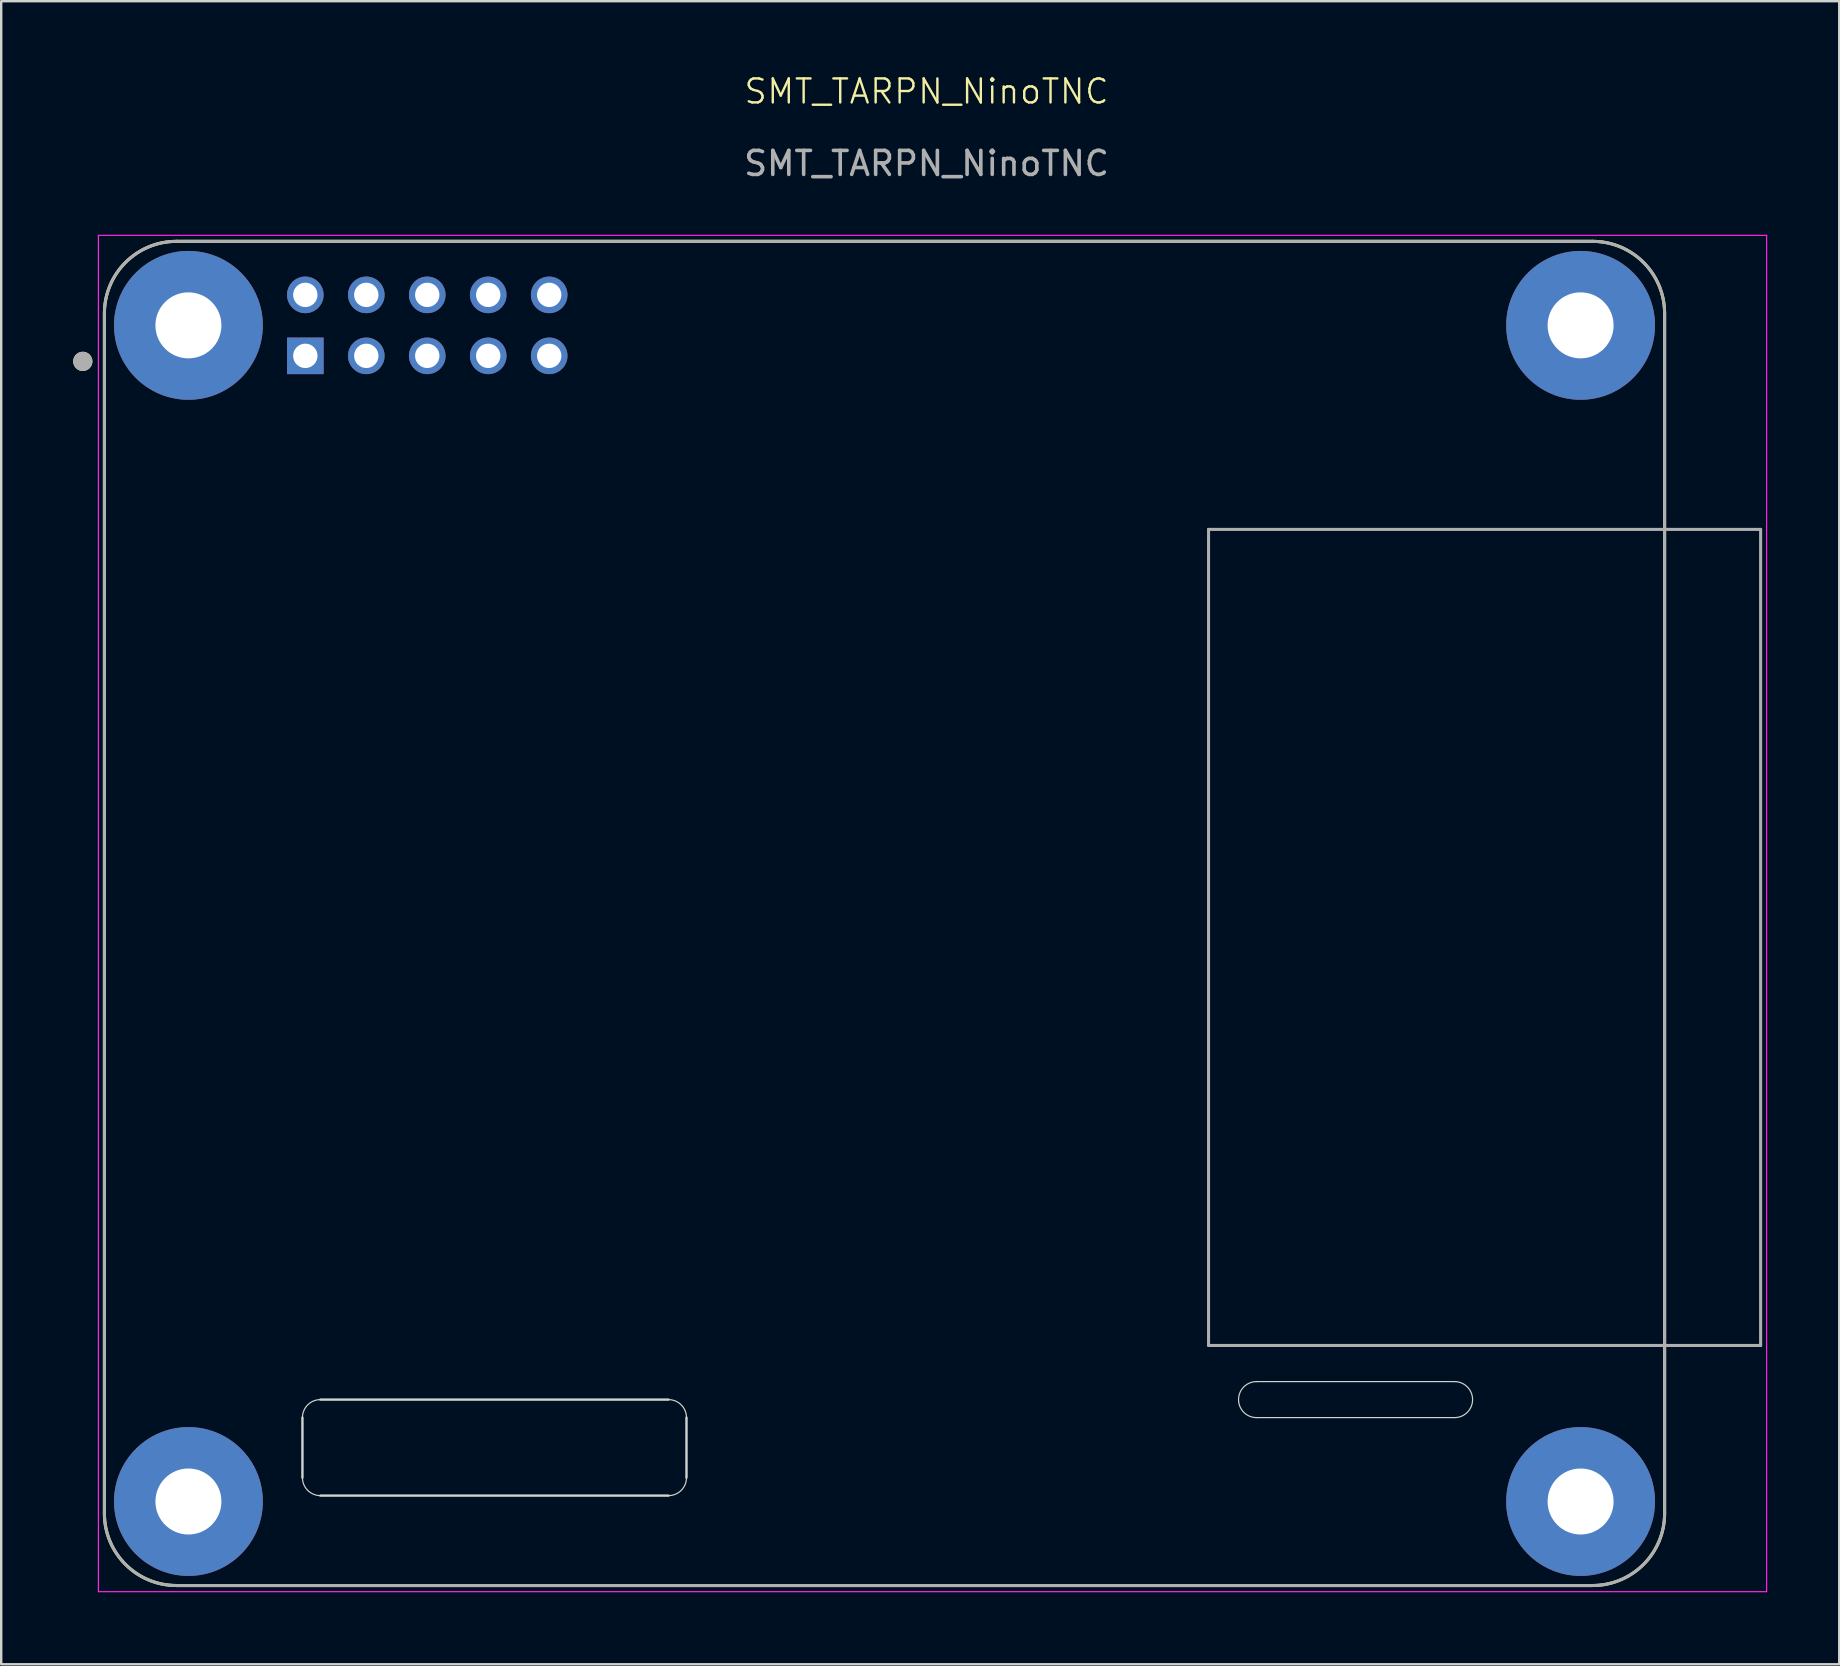
<source format=kicad_pcb>
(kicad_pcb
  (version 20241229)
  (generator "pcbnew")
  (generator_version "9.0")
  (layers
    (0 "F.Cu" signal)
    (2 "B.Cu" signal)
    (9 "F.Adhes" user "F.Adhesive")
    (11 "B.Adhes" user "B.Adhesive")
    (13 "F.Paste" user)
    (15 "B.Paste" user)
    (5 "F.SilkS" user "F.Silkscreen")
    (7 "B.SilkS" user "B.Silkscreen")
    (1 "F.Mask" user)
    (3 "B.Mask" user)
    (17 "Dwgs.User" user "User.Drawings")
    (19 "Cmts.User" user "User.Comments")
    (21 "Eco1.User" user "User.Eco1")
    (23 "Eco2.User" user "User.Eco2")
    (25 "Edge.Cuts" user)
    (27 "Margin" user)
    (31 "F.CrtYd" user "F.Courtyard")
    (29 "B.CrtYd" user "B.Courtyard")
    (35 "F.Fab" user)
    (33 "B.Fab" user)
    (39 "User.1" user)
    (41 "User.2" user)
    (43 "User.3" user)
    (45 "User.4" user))
  (footprint "SMT_TARPN_NinoTNC"
    (layer "F.Cu")
    (at 35.55 1.26)
    (property "Reference" "SMT_TARPN_NinoTNC" (at 0 -0.5 0) (unlocked yes) (layer "F.SilkS") (effects (font (size 1 1) (thickness 0.1))))
    (attr through_hole)
    (fp_line (start -34.25 8.745) (end -34.25 58.745) (stroke (width 0.127) (type solid)) (layer "F.SilkS"))
    (fp_line (start -31.25 61.745) (end 27.75 61.745) (stroke (width 0.127) (type solid)) (layer "F.SilkS"))
    (fp_line (start 27.75 5.745) (end -31.25 5.745) (stroke (width 0.127) (type solid)) (layer "F.SilkS"))
    (fp_line (start 30.75 58.745) (end 30.75 8.745) (stroke (width 0.127) (type solid)) (layer "F.SilkS"))
    (fp_arc (start -34.25 8.745) (mid -33.37132 6.62368) (end -31.25 5.745) (stroke (width 0.127) (type solid)) (layer "F.SilkS"))
    (fp_arc (start -31.25 61.745) (mid -33.37132 60.86632) (end -34.25 58.745) (stroke (width 0.127) (type solid)) (layer "F.SilkS"))
    (fp_arc (start 27.75 5.745) (mid 29.87132 6.62368) (end 30.75 8.745) (stroke (width 0.127) (type solid)) (layer "F.SilkS"))
    (fp_arc (start 30.75 58.745) (mid 29.87132 60.86632) (end 27.75 61.745) (stroke (width 0.127) (type solid)) (layer "F.SilkS"))
    (fp_circle (center -35.15 10.745) (end -34.95 10.745) (stroke (width 0.4) (type solid)) (fill no) (layer "F.SilkS"))
    (fp_line (start -26 57.25) (end -26 54.75) (stroke (width 0.1) (type default)) (layer "Edge.Cuts"))
    (fp_line (start -25.25 54) (end -10.75 54) (stroke (width 0.1) (type default)) (layer "Edge.Cuts"))
    (fp_line (start -10.75 58) (end -25.25 58) (stroke (width 0.1) (type default)) (layer "Edge.Cuts"))
    (fp_line (start -10 54.75) (end -10 57.25) (stroke (width 0.1) (type default)) (layer "Edge.Cuts"))
    (fp_line (start 13.75 54.75) (end 22 54.75) (stroke (width 0.05) (type default)) (layer "Edge.Cuts"))
    (fp_line (start 22 53.25) (end 13.75 53.25) (stroke (width 0.05) (type default)) (layer "Edge.Cuts"))
    (fp_arc (start -26 54.75) (mid -25.78033 54.21967) (end -25.25 54) (stroke (width 0.05) (type default)) (layer "Edge.Cuts"))
    (fp_arc (start -25.25 58) (mid -25.78033 57.78033) (end -26 57.25) (stroke (width 0.05) (type default)) (layer "Edge.Cuts"))
    (fp_arc (start -10.75 54) (mid -10.21967 54.21967) (end -10 54.75) (stroke (width 0.05) (type default)) (layer "Edge.Cuts"))
    (fp_arc (start -10 57.25) (mid -10.21967 57.78033) (end -10.75 58) (stroke (width 0.05) (type default)) (layer "Edge.Cuts"))
    (fp_arc (start 13.75 54.75) (mid 13 54) (end 13.75 53.25) (stroke (width 0.05) (type default)) (layer "Edge.Cuts"))
    (fp_arc (start 22 53.25) (mid 22.75 54) (end 22 54.75) (stroke (width 0.05) (type default)) (layer "Edge.Cuts"))
    (fp_line (start -34.5 5.495) (end 35 5.495) (stroke (width 0.05) (type solid)) (layer "F.CrtYd"))
    (fp_line (start -34.5 62) (end -34.5 5.495) (stroke (width 0.05) (type solid)) (layer "F.CrtYd"))
    (fp_line (start 35 5.495) (end 35 62) (stroke (width 0.05) (type solid)) (layer "F.CrtYd"))
    (fp_line (start 35 62) (end -34.5 62) (stroke (width 0.05) (type solid)) (layer "F.CrtYd"))
    (fp_line (start -34.25 8.745) (end -34.25 58.745) (stroke (width 0.127) (type solid)) (layer "F.Fab"))
    (fp_line (start -31.25 61.745) (end 27.75 61.745) (stroke (width 0.127) (type solid)) (layer "F.Fab"))
    (fp_line (start 11.75 51.745) (end 11.75 17.745) (stroke (width 0.127) (type solid)) (layer "F.Fab"))
    (fp_line (start 11.75 51.745) (end 34.75 51.745) (stroke (width 0.127) (type solid)) (layer "F.Fab"))
    (fp_line (start 27.75 5.745) (end -31.25 5.745) (stroke (width 0.127) (type solid)) (layer "F.Fab"))
    (fp_line (start 30.75 58.745) (end 30.75 8.745) (stroke (width 0.127) (type solid)) (layer "F.Fab"))
    (fp_line (start 34.75 17.745) (end 11.75 17.745) (stroke (width 0.127) (type solid)) (layer "F.Fab"))
    (fp_line (start 34.75 17.745) (end 34.75 51.745) (stroke (width 0.127) (type solid)) (layer "F.Fab"))
    (fp_arc (start -34.25 8.745) (mid -33.37132 6.62368) (end -31.25 5.745) (stroke (width 0.127) (type solid)) (layer "F.Fab"))
    (fp_arc (start -31.25 61.745) (mid -33.37132 60.86632) (end -34.25 58.745) (stroke (width 0.127) (type solid)) (layer "F.Fab"))
    (fp_arc (start 27.75 5.745) (mid 29.87132 6.62368) (end 30.75 8.745) (stroke (width 0.127) (type solid)) (layer "F.Fab"))
    (fp_arc (start 30.75 58.745) (mid 29.87132 60.86632) (end 27.75 61.745) (stroke (width 0.127) (type solid)) (layer "F.Fab"))
    (fp_circle (center -35.15 10.745) (end -34.95 10.745) (stroke (width 0.4) (type solid)) (fill no) (layer "F.Fab"))
    (fp_text user "${REFERENCE}" (at 0 2.5 0) (unlocked yes) (layer "F.Fab") (effects (font (size 1 1) (thickness 0.15))))
    (pad "1" thru_hole rect (at -25.88 10.515) (size 1.524 1.524) (drill 1.016) (layers "*.Cu" "*.Mask"))
    (pad "2" thru_hole circle (at -25.88 7.975) (size 1.524 1.524) (drill 1.016) (layers "*.Cu" "*.Mask"))
    (pad "3" thru_hole circle (at -23.34 10.515) (size 1.524 1.524) (drill 1.016) (layers "*.Cu" "*.Mask"))
    (pad "4" thru_hole circle (at -23.34 7.975) (size 1.524 1.524) (drill 1.016) (layers "*.Cu" "*.Mask"))
    (pad "5" thru_hole circle (at -20.8 10.515) (size 1.524 1.524) (drill 1.016) (layers "*.Cu" "*.Mask"))
    (pad "6" thru_hole circle (at -30.75 9.245) (size 6.2 6.2) (drill 2.75) (layers "*.Cu" "*.Mask"))
    (pad "6" thru_hole circle (at -30.75 58.245) (size 6.2 6.2) (drill 2.75) (layers "*.Cu" "*.Mask"))
    (pad "6" thru_hole circle (at -20.8 7.975) (size 1.524 1.524) (drill 1.016) (layers "*.Cu" "*.Mask"))
    (pad "6" thru_hole circle (at 27.25 9.245) (size 6.2 6.2) (drill 2.75) (layers "*.Cu" "*.Mask"))
    (pad "6" thru_hole circle (at 27.25 58.245) (size 6.2 6.2) (drill 2.75) (layers "*.Cu" "*.Mask"))
    (pad "7" thru_hole circle (at -18.26 10.515) (size 1.524 1.524) (drill 1.016) (layers "*.Cu" "*.Mask"))
    (pad "8" thru_hole circle (at -18.26 7.975) (size 1.524 1.524) (drill 1.016) (layers "*.Cu" "*.Mask"))
    (pad "9" thru_hole circle (at -15.72 10.515) (size 1.524 1.524) (drill 1.016) (layers "*.Cu" "*.Mask"))
    (pad "10" thru_hole circle (at -15.72 7.975) (size 1.524 1.524) (drill 1.016) (layers "*.Cu" "*.Mask")))
  (gr_rect
    (start -3 -3)
    (end 73.575 66.285)
    (stroke (width 0.1) (type default))
    (fill no)
    (layer "Edge.Cuts")))
</source>
